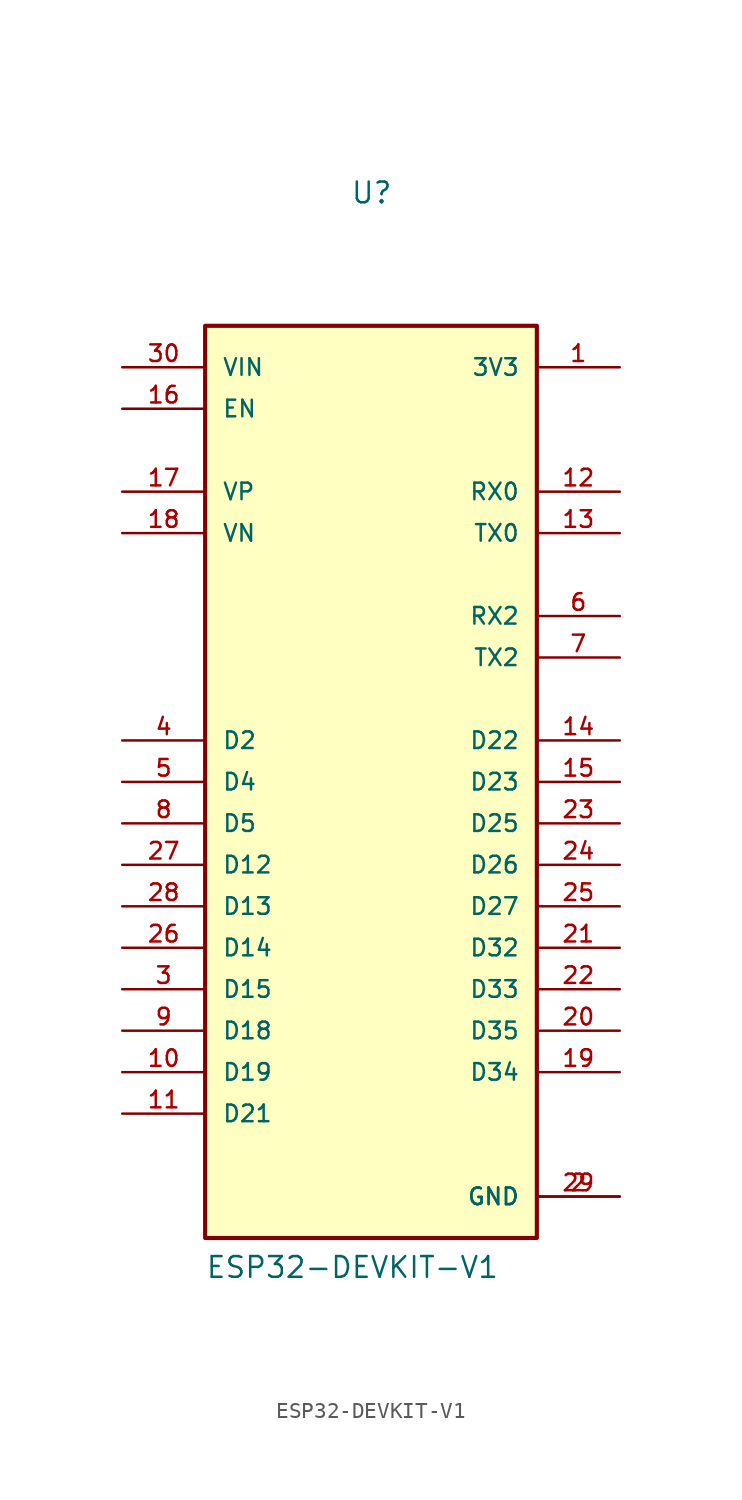
<source format=kicad_sym>
(kicad_symbol_lib
  (version 20220914)
  (generator kicad_symbol_editor)
  (symbol "ESP32-DEVKIT-V1"
    (pin_names
      (offset 1.016))
    (property "Reference" "U"
      (at -1.27 36.83 0)
      (effects (font (size 1.27 1.27)) (justify left top)))
    (property "Value" "ESP32-DEVKIT-V1"
      (at -10.16 -30.48 0)
      (effects (font (size 1.27 1.27)) (justify left bottom)))
    (symbol "ESP32-DEVKIT-V1_0_0"
      (rectangle (start -10.16 27.94) (end 10.16 -27.94) (stroke (width 0.254) (type default)) (fill (type background)))
      (pin output line (at 15.24 25.4 180) (length 5.08) (name "3V3" (effects (font (size 1.016 1.016)))) (number "1" (effects (font (size 1.016 1.016)))))
      (pin bidirectional line (at -15.24 -17.78 0) (length 5.08) (name "D19" (effects (font (size 1.016 1.016)))) (number "10" (effects (font (size 1.016 1.016)))))
      (pin bidirectional line (at -15.24 -20.32 0) (length 5.08) (name "D21" (effects (font (size 1.016 1.016)))) (number "11" (effects (font (size 1.016 1.016)))))
      (pin input line (at 15.24 17.78 180) (length 5.08) (name "RX0" (effects (font (size 1.016 1.016)))) (number "12" (effects (font (size 1.016 1.016)))))
      (pin output line (at 15.24 15.24 180) (length 5.08) (name "TX0" (effects (font (size 1.016 1.016)))) (number "13" (effects (font (size 1.016 1.016)))))
      (pin bidirectional line (at 15.24 2.54 180) (length 5.08) (name "D22" (effects (font (size 1.016 1.016)))) (number "14" (effects (font (size 1.016 1.016)))))
      (pin bidirectional line (at 15.24 0 180) (length 5.08) (name "D23" (effects (font (size 1.016 1.016)))) (number "15" (effects (font (size 1.016 1.016)))))
      (pin input line (at -15.24 22.86 0) (length 5.08) (name "EN" (effects (font (size 1.016 1.016)))) (number "16" (effects (font (size 1.016 1.016)))))
      (pin bidirectional line (at -15.24 17.78 0) (length 5.08) (name "VP" (effects (font (size 1.016 1.016)))) (number "17" (effects (font (size 1.016 1.016)))))
      (pin bidirectional line (at -15.24 15.24 0) (length 5.08) (name "VN" (effects (font (size 1.016 1.016)))) (number "18" (effects (font (size 1.016 1.016)))))
      (pin bidirectional line (at 15.24 -17.78 180) (length 5.08) (name "D34" (effects (font (size 1.016 1.016)))) (number "19" (effects (font (size 1.016 1.016)))))
      (pin power_in line (at 15.24 -25.4 180) (length 5.08) (name "GND" (effects (font (size 1.016 1.016)))) (number "2" (effects (font (size 1.016 1.016)))))
      (pin bidirectional line (at 15.24 -15.24 180) (length 5.08) (name "D35" (effects (font (size 1.016 1.016)))) (number "20" (effects (font (size 1.016 1.016)))))
      (pin bidirectional line (at 15.24 -10.16 180) (length 5.08) (name "D32" (effects (font (size 1.016 1.016)))) (number "21" (effects (font (size 1.016 1.016)))))
      (pin bidirectional line (at 15.24 -12.7 180) (length 5.08) (name "D33" (effects (font (size 1.016 1.016)))) (number "22" (effects (font (size 1.016 1.016)))))
      (pin bidirectional line (at 15.24 -2.54 180) (length 5.08) (name "D25" (effects (font (size 1.016 1.016)))) (number "23" (effects (font (size 1.016 1.016)))))
      (pin bidirectional line (at 15.24 -5.08 180) (length 5.08) (name "D26" (effects (font (size 1.016 1.016)))) (number "24" (effects (font (size 1.016 1.016)))))
      (pin bidirectional line (at 15.24 -7.62 180) (length 5.08) (name "D27" (effects (font (size 1.016 1.016)))) (number "25" (effects (font (size 1.016 1.016)))))
      (pin bidirectional line (at -15.24 -10.16 0) (length 5.08) (name "D14" (effects (font (size 1.016 1.016)))) (number "26" (effects (font (size 1.016 1.016)))))
      (pin bidirectional line (at -15.24 -5.08 0) (length 5.08) (name "D12" (effects (font (size 1.016 1.016)))) (number "27" (effects (font (size 1.016 1.016)))))
      (pin bidirectional line (at -15.24 -7.62 0) (length 5.08) (name "D13" (effects (font (size 1.016 1.016)))) (number "28" (effects (font (size 1.016 1.016)))))
      (pin power_in line (at 15.24 -25.4 180) (length 5.08) (name "GND" (effects (font (size 1.016 1.016)))) (number "29" (effects (font (size 1.016 1.016)))))
      (pin bidirectional line (at -15.24 -12.7 0) (length 5.08) (name "D15" (effects (font (size 1.016 1.016)))) (number "3" (effects (font (size 1.016 1.016)))))
      (pin input line (at -15.24 25.4 0) (length 5.08) (name "VIN" (effects (font (size 1.016 1.016)))) (number "30" (effects (font (size 1.016 1.016)))))
      (pin bidirectional line (at -15.24 2.54 0) (length 5.08) (name "D2" (effects (font (size 1.016 1.016)))) (number "4" (effects (font (size 1.016 1.016)))))
      (pin bidirectional line (at -15.24 0 0) (length 5.08) (name "D4" (effects (font (size 1.016 1.016)))) (number "5" (effects (font (size 1.016 1.016)))))
      (pin input line (at 15.24 10.16 180) (length 5.08) (name "RX2" (effects (font (size 1.016 1.016)))) (number "6" (effects (font (size 1.016 1.016)))))
      (pin output line (at 15.24 7.62 180) (length 5.08) (name "TX2" (effects (font (size 1.016 1.016)))) (number "7" (effects (font (size 1.016 1.016)))))
      (pin bidirectional line (at -15.24 -2.54 0) (length 5.08) (name "D5" (effects (font (size 1.016 1.016)))) (number "8" (effects (font (size 1.016 1.016)))))
      (pin bidirectional line (at -15.24 -15.24 0) (length 5.08) (name "D18" (effects (font (size 1.016 1.016)))) (number "9" (effects (font (size 1.016 1.016))))))))
</source>
